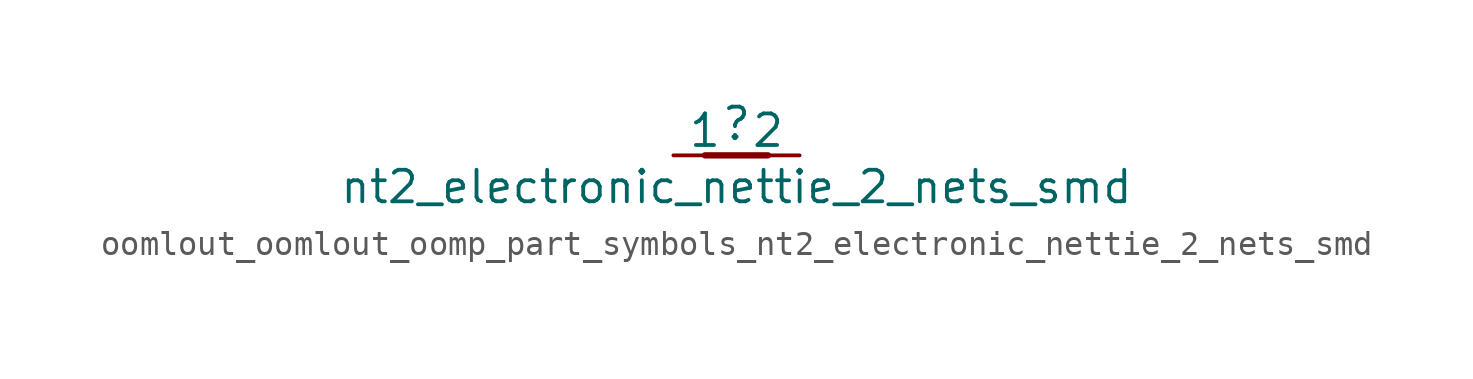
<source format=kicad_sym>
(kicad_symbol_lib
  (version 20220914)
  (generator kicad_symbol_editor)
  (symbol "oomlout_oomlout_oomp_part_symbols_nt2_electronic_nettie_2_nets_smd"
    (pin_numbers hide)
    (pin_names
      (offset 0))
    (property "Reference" ""
      (at 0 1.27 0)
      (effects (font (size 1.27 1.27))))
    (property "Value" "nt2_electronic_nettie_2_nets_smd"
      (at 0 -1.27 0)
      (effects (font (size 1.27 1.27))))
    (symbol "oomlout_oomlout_oomp_part_symbols_nt2_electronic_nettie_2_nets_smd_0_1"
      (polyline (pts (xy -1.27 0) (xy 1.27 0)) (stroke (width 0.254) (type default)) (fill (type none))))
    (symbol "oomlout_oomlout_oomp_part_symbols_nt2_electronic_nettie_2_nets_smd_1_1"
      (pin passive line (at -2.54 0 0) (length 2.54) (name "1" (effects (font (size 1.27 1.27)))) (number "1" (effects (font (size 1.27 1.27)))))
      (pin passive line (at 2.54 0 180) (length 2.54) (name "2" (effects (font (size 1.27 1.27)))) (number "2" (effects (font (size 1.27 1.27))))))))
</source>
